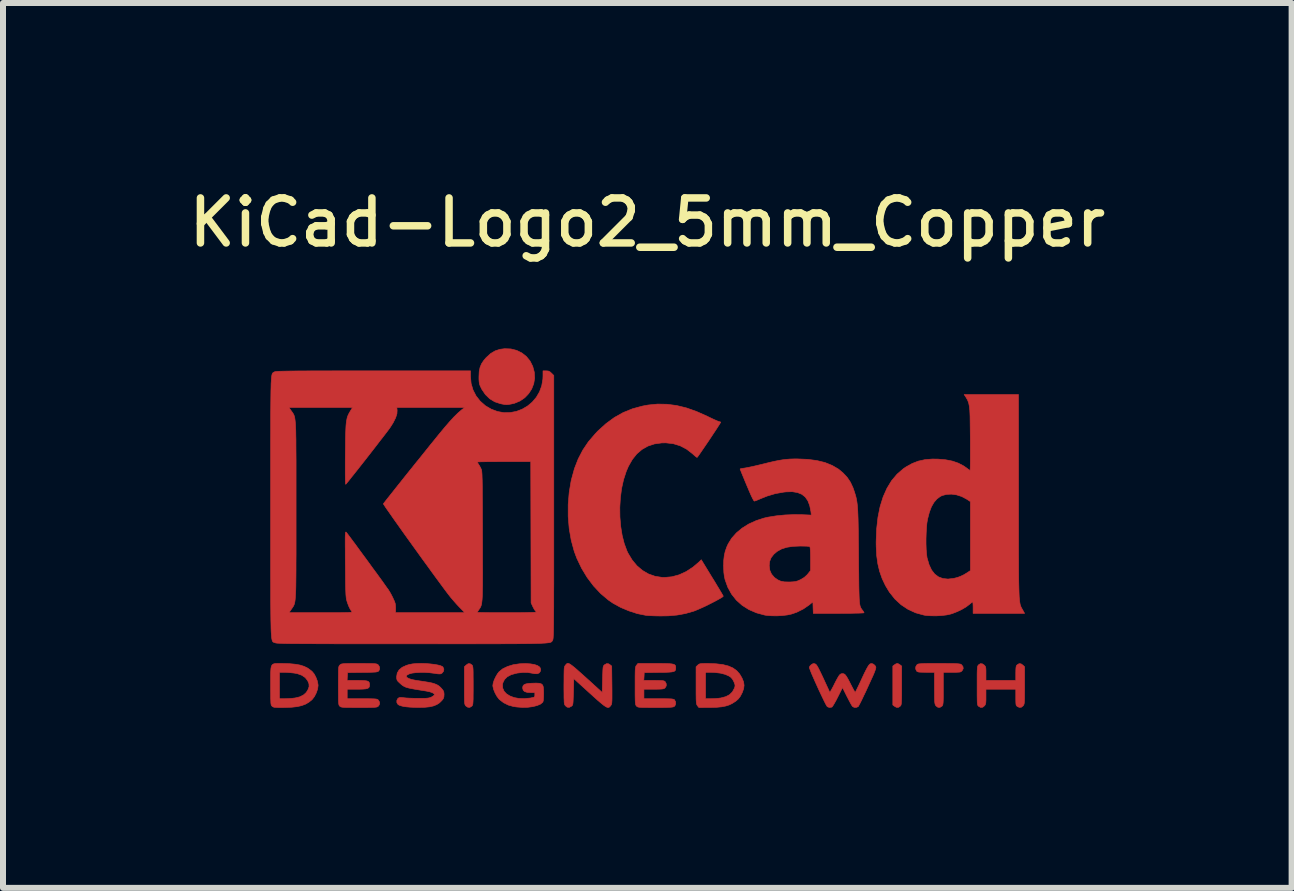
<source format=kicad_pcb>
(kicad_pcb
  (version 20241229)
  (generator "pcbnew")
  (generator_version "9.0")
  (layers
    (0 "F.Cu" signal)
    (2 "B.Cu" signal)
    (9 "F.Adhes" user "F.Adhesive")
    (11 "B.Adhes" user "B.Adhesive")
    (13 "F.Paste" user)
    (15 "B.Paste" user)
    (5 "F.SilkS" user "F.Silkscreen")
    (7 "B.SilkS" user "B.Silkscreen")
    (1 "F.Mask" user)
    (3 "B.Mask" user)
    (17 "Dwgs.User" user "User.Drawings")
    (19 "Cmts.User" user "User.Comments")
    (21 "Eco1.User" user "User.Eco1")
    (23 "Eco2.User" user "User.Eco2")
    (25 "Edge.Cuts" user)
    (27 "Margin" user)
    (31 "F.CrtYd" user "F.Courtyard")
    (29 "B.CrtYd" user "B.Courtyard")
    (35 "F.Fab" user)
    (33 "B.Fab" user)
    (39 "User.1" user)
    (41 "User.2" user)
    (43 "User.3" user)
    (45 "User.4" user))
  (footprint "KiCad-Logo2_5mm_Copper"
    (layer "F.Cu")
    (at 7.737 5.738)
    (property "Reference" "KiCad-Logo2_5mm_Copper" (at 0 -5.08 0) (layer "F.SilkS") (effects (font (size 0.75 0.75) (thickness 0.125))))
    (attr exclude_from_pos_files exclude_from_bom allow_missing_courtyard)
    (fp_poly (pts (xy 4.189 2.276) (xy 4.212 2.291) (xy 4.239 2.312) (xy 4.239 2.634) (xy 4.239 2.728) (xy 4.239 2.802) (xy 4.238 2.859) (xy 4.236 2.901) (xy 4.234 2.931) (xy 4.231 2.951) (xy 4.227 2.965) (xy 4.221 2.974) (xy 4.217 2.979) (xy 4.186 3) (xy 4.15 2.999) (xy 4.119 2.981) (xy 4.092 2.96) (xy 4.092 2.312) (xy 4.119 2.291) (xy 4.145 2.275) (xy 4.166 2.269) (xy 4.189 2.276)) (stroke (width 0.01) (type solid)) (fill yes) (layer "F.Cu"))
    (fp_poly (pts (xy -2.924 2.292) (xy -2.917 2.299) (xy -2.912 2.309) (xy -2.908 2.324) (xy -2.905 2.346) (xy -2.903 2.378) (xy -2.902 2.422) (xy -2.902 2.482) (xy -2.901 2.56) (xy -2.901 2.636) (xy -2.901 2.73) (xy -2.902 2.804) (xy -2.902 2.86) (xy -2.904 2.902) (xy -2.906 2.932) (xy -2.909 2.952) (xy -2.913 2.965) (xy -2.919 2.974) (xy -2.924 2.98) (xy -2.957 3) (xy -2.992 2.998) (xy -3.023 2.977) (xy -3.031 2.968) (xy -3.036 2.959) (xy -3.041 2.945) (xy -3.044 2.924) (xy -3.046 2.895) (xy -3.047 2.853) (xy -3.048 2.796) (xy -3.048 2.722) (xy -3.048 2.638) (xy -3.048 2.324) (xy -3.02 2.297) (xy -2.986 2.273) (xy -2.953 2.273) (xy -2.924 2.292)) (stroke (width 0.01) (type solid)) (fill yes) (layer "F.Cu"))
    (fp_poly (pts (xy -2.273 -2.973) (xy -2.177 -2.949) (xy -2.09 -2.906) (xy -2.015 -2.847) (xy -1.954 -2.772) (xy -1.909 -2.683) (xy -1.883 -2.586) (xy -1.877 -2.489) (xy -1.892 -2.395) (xy -1.926 -2.307) (xy -1.977 -2.228) (xy -2.042 -2.16) (xy -2.121 -2.106) (xy -2.212 -2.068) (xy -2.263 -2.056) (xy -2.308 -2.048) (xy -2.342 -2.045) (xy -2.375 -2.047) (xy -2.415 -2.054) (xy -2.449 -2.061) (xy -2.542 -2.092) (xy -2.626 -2.143) (xy -2.698 -2.213) (xy -2.756 -2.298) (xy -2.77 -2.326) (xy -2.787 -2.362) (xy -2.797 -2.392) (xy -2.802 -2.425) (xy -2.805 -2.466) (xy -2.805 -2.512) (xy -2.801 -2.596) (xy -2.787 -2.665) (xy -2.762 -2.726) (xy -2.723 -2.784) (xy -2.684 -2.829) (xy -2.612 -2.895) (xy -2.537 -2.94) (xy -2.455 -2.967) (xy -2.377 -2.977) (xy -2.273 -2.973)) (stroke (width 0.01) (type solid)) (fill yes) (layer "F.Cu"))
    (fp_poly (pts (xy 4.963 2.269) (xy 5.042 2.27) (xy 5.103 2.27) (xy 5.149 2.272) (xy 5.182 2.274) (xy 5.205 2.277) (xy 5.221 2.28) (xy 5.231 2.285) (xy 5.236 2.289) (xy 5.261 2.321) (xy 5.265 2.355) (xy 5.249 2.386) (xy 5.238 2.398) (xy 5.227 2.406) (xy 5.211 2.412) (xy 5.186 2.414) (xy 5.147 2.416) (xy 5.09 2.416) (xy 5.079 2.416) (xy 4.933 2.416) (xy 4.933 2.687) (xy 4.933 2.772) (xy 4.933 2.838) (xy 4.932 2.887) (xy 4.93 2.922) (xy 4.927 2.946) (xy 4.923 2.962) (xy 4.918 2.972) (xy 4.911 2.98) (xy 4.878 3) (xy 4.843 2.999) (xy 4.812 2.976) (xy 4.81 2.973) (xy 4.802 2.962) (xy 4.797 2.95) (xy 4.793 2.933) (xy 4.79 2.908) (xy 4.788 2.872) (xy 4.787 2.822) (xy 4.787 2.755) (xy 4.786 2.68) (xy 4.786 2.416) (xy 4.647 2.416) (xy 4.587 2.415) (xy 4.546 2.414) (xy 4.519 2.411) (xy 4.502 2.405) (xy 4.49 2.397) (xy 4.489 2.395) (xy 4.473 2.362) (xy 4.474 2.324) (xy 4.493 2.292) (xy 4.5 2.285) (xy 4.51 2.28) (xy 4.524 2.276) (xy 4.545 2.274) (xy 4.575 2.272) (xy 4.618 2.27) (xy 4.676 2.269) (xy 4.75 2.269) (xy 4.844 2.269) (xy 4.864 2.269) (xy 4.963 2.269)) (stroke (width 0.01) (type solid)) (fill yes) (layer "F.Cu"))
    (fp_poly (pts (xy 6.229 2.275) (xy 6.26 2.297) (xy 6.288 2.324) (xy 6.288 2.634) (xy 6.288 2.726) (xy 6.287 2.798) (xy 6.287 2.853) (xy 6.285 2.893) (xy 6.283 2.922) (xy 6.28 2.942) (xy 6.275 2.956) (xy 6.269 2.967) (xy 6.265 2.973) (xy 6.234 2.998) (xy 6.198 3) (xy 6.166 2.985) (xy 6.156 2.976) (xy 6.148 2.965) (xy 6.144 2.946) (xy 6.142 2.915) (xy 6.141 2.869) (xy 6.141 2.833) (xy 6.141 2.698) (xy 5.644 2.698) (xy 5.644 2.821) (xy 5.644 2.877) (xy 5.642 2.915) (xy 5.638 2.941) (xy 5.63 2.96) (xy 5.621 2.973) (xy 5.59 2.998) (xy 5.555 3.001) (xy 5.522 2.983) (xy 5.513 2.974) (xy 5.506 2.962) (xy 5.502 2.943) (xy 5.499 2.914) (xy 5.498 2.87) (xy 5.497 2.808) (xy 5.497 2.794) (xy 5.497 2.678) (xy 5.497 2.582) (xy 5.497 2.504) (xy 5.497 2.443) (xy 5.498 2.396) (xy 5.5 2.361) (xy 5.502 2.335) (xy 5.505 2.318) (xy 5.51 2.306) (xy 5.515 2.298) (xy 5.52 2.292) (xy 5.552 2.272) (xy 5.585 2.275) (xy 5.617 2.297) (xy 5.629 2.311) (xy 5.638 2.327) (xy 5.642 2.35) (xy 5.644 2.384) (xy 5.644 2.436) (xy 5.644 2.551) (xy 6.141 2.551) (xy 6.141 2.433) (xy 6.142 2.378) (xy 6.144 2.341) (xy 6.148 2.317) (xy 6.155 2.301) (xy 6.164 2.292) (xy 6.196 2.272) (xy 6.229 2.275)) (stroke (width 0.01) (type solid)) (fill yes) (layer "F.Cu"))
    (fp_poly (pts (xy 1.018 2.269) (xy 1.147 2.274) (xy 1.257 2.287) (xy 1.349 2.31) (xy 1.426 2.343) (xy 1.489 2.388) (xy 1.539 2.444) (xy 1.58 2.514) (xy 1.58 2.515) (xy 1.605 2.577) (xy 1.613 2.633) (xy 1.606 2.688) (xy 1.584 2.751) (xy 1.579 2.761) (xy 1.55 2.817) (xy 1.517 2.86) (xy 1.475 2.897) (xy 1.417 2.934) (xy 1.414 2.936) (xy 1.364 2.96) (xy 1.307 2.978) (xy 1.24 2.991) (xy 1.159 2.999) (xy 1.06 3.002) (xy 1.025 3.002) (xy 0.86 3.003) (xy 0.836 2.973) (xy 0.829 2.963) (xy 0.824 2.952) (xy 0.82 2.936) (xy 0.817 2.913) (xy 0.815 2.88) (xy 0.814 2.856) (xy 0.971 2.856) (xy 1.065 2.856) (xy 1.12 2.854) (xy 1.176 2.85) (xy 1.222 2.844) (xy 1.225 2.844) (xy 1.307 2.822) (xy 1.371 2.789) (xy 1.418 2.743) (xy 1.451 2.683) (xy 1.457 2.667) (xy 1.463 2.642) (xy 1.46 2.618) (xy 1.448 2.585) (xy 1.441 2.569) (xy 1.418 2.527) (xy 1.39 2.497) (xy 1.359 2.477) (xy 1.297 2.45) (xy 1.218 2.43) (xy 1.125 2.419) (xy 1.058 2.416) (xy 0.971 2.416) (xy 0.971 2.856) (xy 0.814 2.856) (xy 0.814 2.835) (xy 0.813 2.774) (xy 0.813 2.696) (xy 0.813 2.634) (xy 0.813 2.324) (xy 0.841 2.297) (xy 0.853 2.286) (xy 0.866 2.278) (xy 0.885 2.273) (xy 0.913 2.27) (xy 0.955 2.269) (xy 1.015 2.269) (xy 1.018 2.269)) (stroke (width 0.01) (type solid)) (fill yes) (layer "F.Cu"))
    (fp_poly (pts (xy -6.121 2.269) (xy -6.082 2.269) (xy -5.966 2.272) (xy -5.869 2.281) (xy -5.788 2.295) (xy -5.719 2.317) (xy -5.658 2.347) (xy -5.604 2.387) (xy -5.584 2.404) (xy -5.552 2.443) (xy -5.523 2.497) (xy -5.5 2.557) (xy -5.488 2.615) (xy -5.486 2.636) (xy -5.494 2.695) (xy -5.516 2.759) (xy -5.547 2.82) (xy -5.584 2.868) (xy -5.59 2.874) (xy -5.641 2.915) (xy -5.696 2.947) (xy -5.76 2.971) (xy -5.834 2.988) (xy -5.924 2.998) (xy -6.031 3.002) (xy -6.08 3.003) (xy -6.142 3.003) (xy -6.186 3.001) (xy -6.215 2.999) (xy -6.234 2.994) (xy -6.247 2.987) (xy -6.254 2.98) (xy -6.261 2.973) (xy -6.266 2.963) (xy -6.27 2.948) (xy -6.273 2.926) (xy -6.274 2.894) (xy -6.276 2.85) (xy -6.276 2.79) (xy -6.277 2.712) (xy -6.277 2.636) (xy -6.277 2.535) (xy -6.277 2.454) (xy -6.276 2.416) (xy -6.13 2.416) (xy -6.13 2.856) (xy -6.037 2.856) (xy -5.981 2.854) (xy -5.922 2.85) (xy -5.873 2.844) (xy -5.872 2.844) (xy -5.792 2.825) (xy -5.731 2.795) (xy -5.684 2.753) (xy -5.655 2.707) (xy -5.636 2.656) (xy -5.638 2.608) (xy -5.659 2.557) (xy -5.7 2.504) (xy -5.758 2.465) (xy -5.833 2.438) (xy -5.883 2.429) (xy -5.939 2.423) (xy -6 2.418) (xy -6.051 2.416) (xy -6.054 2.416) (xy -6.13 2.416) (xy -6.276 2.416) (xy -6.275 2.392) (xy -6.271 2.345) (xy -6.263 2.312) (xy -6.25 2.29) (xy -6.23 2.277) (xy -6.203 2.27) (xy -6.167 2.269) (xy -6.121 2.269)) (stroke (width 0.01) (type solid)) (fill yes) (layer "F.Cu"))
    (fp_poly (pts (xy -1.3 2.273) (xy -1.277 2.287) (xy -1.246 2.31) (xy -1.206 2.342) (xy -1.156 2.386) (xy -1.094 2.441) (xy -1.018 2.509) (xy -0.931 2.588) (xy -0.751 2.752) (xy -0.745 2.532) (xy -0.743 2.456) (xy -0.741 2.4) (xy -0.739 2.36) (xy -0.736 2.332) (xy -0.731 2.314) (xy -0.725 2.303) (xy -0.717 2.294) (xy -0.713 2.291) (xy -0.678 2.272) (xy -0.645 2.274) (xy -0.619 2.291) (xy -0.593 2.312) (xy -0.589 2.627) (xy -0.588 2.72) (xy -0.588 2.793) (xy -0.588 2.848) (xy -0.589 2.889) (xy -0.591 2.919) (xy -0.594 2.939) (xy -0.598 2.953) (xy -0.604 2.964) (xy -0.61 2.972) (xy -0.623 2.988) (xy -0.637 2.999) (xy -0.652 3.003) (xy -0.671 2.999) (xy -0.695 2.987) (xy -0.727 2.965) (xy -0.768 2.932) (xy -0.821 2.887) (xy -0.886 2.829) (xy -0.96 2.762) (xy -1.225 2.521) (xy -1.23 2.741) (xy -1.233 2.816) (xy -1.235 2.872) (xy -1.237 2.913) (xy -1.24 2.94) (xy -1.244 2.958) (xy -1.25 2.969) (xy -1.259 2.978) (xy -1.263 2.981) (xy -1.3 3) (xy -1.335 2.997) (xy -1.365 2.973) (xy -1.372 2.963) (xy -1.378 2.952) (xy -1.382 2.936) (xy -1.385 2.913) (xy -1.386 2.88) (xy -1.388 2.835) (xy -1.388 2.774) (xy -1.389 2.694) (xy -1.389 2.636) (xy -1.388 2.544) (xy -1.388 2.473) (xy -1.387 2.418) (xy -1.386 2.378) (xy -1.384 2.349) (xy -1.38 2.329) (xy -1.376 2.315) (xy -1.37 2.305) (xy -1.365 2.299) (xy -1.354 2.285) (xy -1.343 2.274) (xy -1.332 2.268) (xy -1.318 2.267) (xy -1.3 2.273)) (stroke (width 0.01) (type solid)) (fill yes) (layer "F.Cu"))
    (fp_poly (pts (xy -1.95 2.275) (xy -1.882 2.286) (xy -1.829 2.304) (xy -1.795 2.327) (xy -1.785 2.341) (xy -1.776 2.372) (xy -1.782 2.4) (xy -1.802 2.427) (xy -1.834 2.44) (xy -1.879 2.439) (xy -1.914 2.432) (xy -1.992 2.419) (xy -2.072 2.418) (xy -2.162 2.428) (xy -2.186 2.433) (xy -2.269 2.456) (xy -2.334 2.491) (xy -2.38 2.537) (xy -2.407 2.592) (xy -2.413 2.621) (xy -2.409 2.68) (xy -2.386 2.732) (xy -2.345 2.776) (xy -2.288 2.811) (xy -2.219 2.837) (xy -2.138 2.852) (xy -2.048 2.854) (xy -1.951 2.845) (xy -1.945 2.844) (xy -1.907 2.836) (xy -1.885 2.83) (xy -1.876 2.819) (xy -1.874 2.802) (xy -1.874 2.793) (xy -1.874 2.754) (xy -1.942 2.754) (xy -2.003 2.75) (xy -2.044 2.737) (xy -2.068 2.714) (xy -2.077 2.679) (xy -2.077 2.674) (xy -2.072 2.645) (xy -2.054 2.623) (xy -2.022 2.609) (xy -1.972 2.601) (xy -1.923 2.598) (xy -1.852 2.596) (xy -1.801 2.599) (xy -1.766 2.609) (xy -1.744 2.628) (xy -1.733 2.66) (xy -1.728 2.708) (xy -1.727 2.77) (xy -1.729 2.84) (xy -1.733 2.887) (xy -1.74 2.912) (xy -1.741 2.914) (xy -1.78 2.946) (xy -1.837 2.97) (xy -1.909 2.988) (xy -1.991 2.999) (xy -2.081 3.001) (xy -2.175 2.994) (xy -2.23 2.986) (xy -2.316 2.962) (xy -2.396 2.922) (xy -2.463 2.87) (xy -2.473 2.86) (xy -2.506 2.816) (xy -2.536 2.762) (xy -2.559 2.706) (xy -2.572 2.654) (xy -2.574 2.635) (xy -2.567 2.593) (xy -2.55 2.542) (xy -2.524 2.488) (xy -2.495 2.439) (xy -2.469 2.406) (xy -2.408 2.357) (xy -2.329 2.319) (xy -2.235 2.29) (xy -2.129 2.274) (xy -2.032 2.27) (xy -1.95 2.275)) (stroke (width 0.01) (type solid)) (fill yes) (layer "F.Cu"))
    (fp_poly (pts (xy 0.23 2.269) (xy 0.307 2.27) (xy 0.365 2.272) (xy 0.408 2.276) (xy 0.438 2.282) (xy 0.457 2.291) (xy 0.468 2.303) (xy 0.473 2.319) (xy 0.474 2.339) (xy 0.474 2.341) (xy 0.473 2.364) (xy 0.468 2.382) (xy 0.457 2.395) (xy 0.437 2.404) (xy 0.406 2.41) (xy 0.36 2.414) (xy 0.298 2.417) (xy 0.216 2.418) (xy 0.191 2.418) (xy -0.051 2.421) (xy -0.054 2.486) (xy -0.058 2.551) (xy 0.111 2.551) (xy 0.176 2.552) (xy 0.223 2.553) (xy 0.255 2.555) (xy 0.276 2.559) (xy 0.289 2.565) (xy 0.299 2.573) (xy 0.299 2.573) (xy 0.316 2.607) (xy 0.316 2.643) (xy 0.297 2.674) (xy 0.294 2.678) (xy 0.281 2.686) (xy 0.263 2.692) (xy 0.237 2.695) (xy 0.197 2.697) (xy 0.142 2.698) (xy 0.106 2.698) (xy -0.056 2.698) (xy -0.056 2.856) (xy 0.19 2.856) (xy 0.272 2.856) (xy 0.333 2.857) (xy 0.379 2.858) (xy 0.41 2.86) (xy 0.431 2.864) (xy 0.445 2.868) (xy 0.453 2.874) (xy 0.455 2.877) (xy 0.472 2.908) (xy 0.473 2.944) (xy 0.46 2.975) (xy 0.449 2.985) (xy 0.438 2.991) (xy 0.421 2.995) (xy 0.396 2.998) (xy 0.359 3) (xy 0.308 3.002) (xy 0.24 3.003) (xy 0.153 3.003) (xy 0.133 3.003) (xy 0.045 3.003) (xy -0.024 3.002) (xy -0.075 3.002) (xy -0.113 3) (xy -0.139 2.998) (xy -0.156 2.994) (xy -0.167 2.989) (xy -0.176 2.983) (xy -0.18 2.978) (xy -0.187 2.97) (xy -0.192 2.96) (xy -0.196 2.945) (xy -0.199 2.923) (xy -0.201 2.89) (xy -0.202 2.845) (xy -0.203 2.785) (xy -0.203 2.707) (xy -0.203 2.641) (xy -0.203 2.549) (xy -0.203 2.476) (xy -0.202 2.421) (xy -0.201 2.38) (xy -0.198 2.35) (xy -0.195 2.33) (xy -0.191 2.316) (xy -0.185 2.305) (xy -0.18 2.299) (xy -0.156 2.269) (xy 0.134 2.269) (xy 0.23 2.269)) (stroke (width 0.01) (type solid)) (fill yes) (layer "F.Cu"))
    (fp_poly (pts (xy -4.713 2.269) (xy -4.643 2.27) (xy -4.591 2.27) (xy -4.553 2.272) (xy -4.526 2.274) (xy -4.508 2.278) (xy -4.496 2.283) (xy -4.487 2.289) (xy -4.484 2.292) (xy -4.464 2.323) (xy -4.46 2.359) (xy -4.473 2.391) (xy -4.48 2.397) (xy -4.489 2.403) (xy -4.505 2.408) (xy -4.529 2.412) (xy -4.566 2.414) (xy -4.617 2.416) (xy -4.685 2.418) (xy -4.748 2.418) (xy -4.995 2.421) (xy -4.999 2.486) (xy -5.002 2.551) (xy -4.834 2.551) (xy -4.761 2.552) (xy -4.708 2.555) (xy -4.671 2.56) (xy -4.647 2.57) (xy -4.634 2.586) (xy -4.629 2.607) (xy -4.628 2.628) (xy -4.631 2.653) (xy -4.64 2.671) (xy -4.659 2.684) (xy -4.691 2.692) (xy -4.738 2.696) (xy -4.804 2.698) (xy -4.84 2.698) (xy -5.001 2.698) (xy -5.001 2.856) (xy -4.753 2.856) (xy -4.671 2.856) (xy -4.609 2.857) (xy -4.564 2.858) (xy -4.532 2.86) (xy -4.511 2.863) (xy -4.496 2.868) (xy -4.487 2.874) (xy -4.482 2.879) (xy -4.465 2.906) (xy -4.459 2.929) (xy -4.467 2.959) (xy -4.482 2.98) (xy -4.49 2.987) (xy -4.5 2.992) (xy -4.515 2.996) (xy -4.538 2.999) (xy -4.571 3.001) (xy -4.618 3.002) (xy -4.68 3.003) (xy -4.761 3.003) (xy -4.803 3.003) (xy -4.894 3.003) (xy -4.964 3.002) (xy -5.017 3.002) (xy -5.056 3) (xy -5.083 2.998) (xy -5.101 2.994) (xy -5.113 2.99) (xy -5.122 2.983) (xy -5.125 2.98) (xy -5.132 2.973) (xy -5.137 2.963) (xy -5.141 2.948) (xy -5.144 2.926) (xy -5.146 2.894) (xy -5.147 2.849) (xy -5.147 2.789) (xy -5.148 2.711) (xy -5.148 2.638) (xy -5.148 2.545) (xy -5.147 2.471) (xy -5.147 2.415) (xy -5.146 2.374) (xy -5.144 2.345) (xy -5.141 2.325) (xy -5.136 2.312) (xy -5.131 2.303) (xy -5.123 2.295) (xy -5.122 2.294) (xy -5.113 2.286) (xy -5.103 2.28) (xy -5.089 2.276) (xy -5.067 2.273) (xy -5.036 2.271) (xy -4.993 2.27) (xy -4.934 2.269) (xy -4.857 2.269) (xy -4.802 2.269) (xy -4.713 2.269)) (stroke (width 0.01) (type solid)) (fill yes) (layer "F.Cu"))
    (fp_poly (pts (xy 3.745 2.271) (xy 3.764 2.278) (xy 3.765 2.278) (xy 3.792 2.299) (xy 3.806 2.32) (xy 3.809 2.329) (xy 3.809 2.342) (xy 3.805 2.361) (xy 3.796 2.387) (xy 3.782 2.424) (xy 3.761 2.473) (xy 3.732 2.536) (xy 3.695 2.617) (xy 3.675 2.661) (xy 3.639 2.74) (xy 3.604 2.812) (xy 3.574 2.876) (xy 3.548 2.928) (xy 3.528 2.965) (xy 3.516 2.986) (xy 3.513 2.989) (xy 3.482 3.001) (xy 3.447 3) (xy 3.419 2.984) (xy 3.418 2.983) (xy 3.407 2.966) (xy 3.388 2.933) (xy 3.364 2.888) (xy 3.337 2.836) (xy 3.327 2.817) (xy 3.254 2.67) (xy 3.174 2.829) (xy 3.146 2.884) (xy 3.119 2.932) (xy 3.097 2.969) (xy 3.081 2.991) (xy 3.076 2.996) (xy 3.034 3.002) (xy 3 2.989) (xy 2.99 2.974) (xy 2.972 2.943) (xy 2.949 2.897) (xy 2.921 2.839) (xy 2.89 2.774) (xy 2.857 2.704) (xy 2.824 2.631) (xy 2.792 2.56) (xy 2.763 2.494) (xy 2.737 2.435) (xy 2.718 2.386) (xy 2.705 2.352) (xy 2.7 2.334) (xy 2.7 2.334) (xy 2.711 2.311) (xy 2.733 2.289) (xy 2.735 2.288) (xy 2.762 2.272) (xy 2.787 2.273) (xy 2.796 2.275) (xy 2.808 2.282) (xy 2.82 2.294) (xy 2.834 2.315) (xy 2.852 2.347) (xy 2.875 2.393) (xy 2.905 2.455) (xy 2.932 2.512) (xy 2.962 2.578) (xy 2.99 2.638) (xy 3.013 2.688) (xy 3.03 2.725) (xy 3.039 2.746) (xy 3.041 2.749) (xy 3.047 2.743) (xy 3.061 2.721) (xy 3.081 2.685) (xy 3.106 2.638) (xy 3.115 2.619) (xy 3.148 2.554) (xy 3.174 2.507) (xy 3.194 2.474) (xy 3.21 2.454) (xy 3.226 2.443) (xy 3.242 2.439) (xy 3.252 2.438) (xy 3.271 2.44) (xy 3.287 2.447) (xy 3.303 2.462) (xy 3.321 2.487) (xy 3.344 2.526) (xy 3.373 2.581) (xy 3.389 2.613) (xy 3.415 2.663) (xy 3.437 2.705) (xy 3.454 2.734) (xy 3.464 2.748) (xy 3.466 2.749) (xy 3.472 2.738) (xy 3.487 2.709) (xy 3.508 2.666) (xy 3.534 2.612) (xy 3.564 2.548) (xy 3.578 2.517) (xy 3.616 2.436) (xy 3.647 2.374) (xy 3.672 2.328) (xy 3.692 2.297) (xy 3.71 2.278) (xy 3.727 2.271) (xy 3.745 2.271)) (stroke (width 0.01) (type solid)) (fill yes) (layer "F.Cu"))
    (fp_poly (pts (xy -3.692 2.27) (xy -3.617 2.276) (xy -3.547 2.284) (xy -3.487 2.295) (xy -3.44 2.308) (xy -3.41 2.323) (xy -3.406 2.327) (xy -3.39 2.362) (xy -3.395 2.397) (xy -3.419 2.428) (xy -3.421 2.429) (xy -3.435 2.438) (xy -3.45 2.443) (xy -3.471 2.443) (xy -3.503 2.44) (xy -3.552 2.432) (xy -3.556 2.432) (xy -3.629 2.423) (xy -3.707 2.418) (xy -3.786 2.418) (xy -3.859 2.422) (xy -3.922 2.43) (xy -3.968 2.443) (xy -3.971 2.444) (xy -4.005 2.463) (xy -4.017 2.482) (xy -4.008 2.5) (xy -3.978 2.518) (xy -3.929 2.535) (xy -3.861 2.549) (xy -3.816 2.556) (xy -3.721 2.57) (xy -3.647 2.582) (xy -3.588 2.594) (xy -3.542 2.608) (xy -3.506 2.623) (xy -3.476 2.641) (xy -3.449 2.664) (xy -3.428 2.686) (xy -3.403 2.717) (xy -3.391 2.743) (xy -3.387 2.776) (xy -3.387 2.788) (xy -3.39 2.828) (xy -3.401 2.857) (xy -3.421 2.883) (xy -3.462 2.924) (xy -3.508 2.954) (xy -3.562 2.976) (xy -3.627 2.991) (xy -3.707 2.999) (xy -3.805 3.001) (xy -3.821 3.001) (xy -3.887 3) (xy -3.952 2.997) (xy -4.009 2.992) (xy -4.052 2.987) (xy -4.055 2.987) (xy -4.098 2.976) (xy -4.134 2.964) (xy -4.154 2.952) (xy -4.173 2.922) (xy -4.174 2.886) (xy -4.158 2.854) (xy -4.154 2.851) (xy -4.139 2.84) (xy -4.12 2.835) (xy -4.091 2.836) (xy -4.056 2.84) (xy -4.016 2.844) (xy -3.96 2.847) (xy -3.895 2.849) (xy -3.828 2.85) (xy -3.81 2.85) (xy -3.742 2.85) (xy -3.692 2.849) (xy -3.657 2.846) (xy -3.63 2.841) (xy -3.609 2.834) (xy -3.596 2.828) (xy -3.568 2.811) (xy -3.55 2.796) (xy -3.547 2.792) (xy -3.553 2.774) (xy -3.579 2.757) (xy -3.624 2.741) (xy -3.687 2.728) (xy -3.705 2.725) (xy -3.801 2.71) (xy -3.878 2.697) (xy -3.938 2.686) (xy -3.984 2.676) (xy -4.021 2.665) (xy -4.049 2.653) (xy -4.073 2.639) (xy -4.096 2.622) (xy -4.119 2.601) (xy -4.127 2.594) (xy -4.155 2.567) (xy -4.17 2.545) (xy -4.176 2.52) (xy -4.177 2.489) (xy -4.167 2.428) (xy -4.136 2.376) (xy -4.085 2.333) (xy -4.013 2.3) (xy -3.962 2.285) (xy -3.907 2.275) (xy -3.841 2.27) (xy -3.768 2.268) (xy -3.692 2.27)) (stroke (width 0.01) (type solid)) (fill yes) (layer "F.Cu"))
    (fp_poly (pts (xy 0.328 -2.051) (xy 0.489 -2.03) (xy 0.653 -1.99) (xy 0.822 -1.93) (xy 1 -1.851) (xy 1.011 -1.845) (xy 1.069 -1.817) (xy 1.121 -1.793) (xy 1.162 -1.775) (xy 1.19 -1.764) (xy 1.2 -1.761) (xy 1.219 -1.756) (xy 1.224 -1.752) (xy 1.218 -1.741) (xy 1.202 -1.715) (xy 1.177 -1.676) (xy 1.145 -1.626) (xy 1.107 -1.569) (xy 1.066 -1.507) (xy 1.023 -1.442) (xy 0.98 -1.379) (xy 0.939 -1.319) (xy 0.902 -1.265) (xy 0.871 -1.22) (xy 0.847 -1.186) (xy 0.832 -1.167) (xy 0.83 -1.165) (xy 0.82 -1.17) (xy 0.798 -1.187) (xy 0.767 -1.214) (xy 0.752 -1.228) (xy 0.655 -1.303) (xy 0.548 -1.359) (xy 0.433 -1.394) (xy 0.31 -1.408) (xy 0.241 -1.407) (xy 0.119 -1.39) (xy 0.01 -1.354) (xy -0.087 -1.299) (xy -0.174 -1.225) (xy -0.249 -1.131) (xy -0.314 -1.018) (xy -0.351 -0.931) (xy -0.395 -0.796) (xy -0.428 -0.648) (xy -0.448 -0.493) (xy -0.458 -0.333) (xy -0.456 -0.173) (xy -0.443 -0.016) (xy -0.419 0.133) (xy -0.384 0.271) (xy -0.338 0.395) (xy -0.322 0.429) (xy -0.253 0.543) (xy -0.173 0.64) (xy -0.081 0.718) (xy 0.02 0.777) (xy 0.13 0.816) (xy 0.247 0.834) (xy 0.289 0.835) (xy 0.41 0.824) (xy 0.531 0.791) (xy 0.649 0.737) (xy 0.762 0.663) (xy 0.854 0.585) (xy 0.9 0.54) (xy 1.081 0.837) (xy 1.127 0.911) (xy 1.168 0.98) (xy 1.204 1.039) (xy 1.233 1.088) (xy 1.254 1.124) (xy 1.265 1.144) (xy 1.266 1.147) (xy 1.258 1.157) (xy 1.233 1.174) (xy 1.193 1.197) (xy 1.142 1.225) (xy 1.084 1.255) (xy 1.021 1.287) (xy 0.958 1.318) (xy 0.896 1.346) (xy 0.839 1.371) (xy 0.791 1.391) (xy 0.768 1.399) (xy 0.634 1.437) (xy 0.496 1.462) (xy 0.349 1.475) (xy 0.222 1.477) (xy 0.154 1.476) (xy 0.088 1.474) (xy 0.031 1.471) (xy -0.013 1.468) (xy -0.027 1.466) (xy -0.166 1.438) (xy -0.307 1.392) (xy -0.445 1.334) (xy -0.572 1.264) (xy -0.649 1.211) (xy -0.777 1.103) (xy -0.895 0.977) (xy -1.002 0.835) (xy -1.095 0.681) (xy -1.173 0.518) (xy -1.217 0.401) (xy -1.267 0.217) (xy -1.301 0.023) (xy -1.318 -0.179) (xy -1.318 -0.382) (xy -1.301 -0.584) (xy -1.268 -0.781) (xy -1.217 -0.967) (xy -1.214 -0.978) (xy -1.151 -1.14) (xy -1.074 -1.288) (xy -0.981 -1.426) (xy -0.868 -1.558) (xy -0.825 -1.604) (xy -0.688 -1.728) (xy -0.549 -1.83) (xy -0.403 -1.912) (xy -0.249 -1.975) (xy -0.084 -2.02) (xy 0.011 -2.038) (xy 0.17 -2.054) (xy 0.328 -2.051)) (stroke (width 0.01) (type solid)) (fill yes) (layer "F.Cu"))
    (fp_poly (pts (xy 6.187 -0.528) (xy 6.187 -0.293) (xy 6.187 -0.08) (xy 6.187 0.112) (xy 6.187 0.285) (xy 6.187 0.441) (xy 6.188 0.579) (xy 6.188 0.701) (xy 6.189 0.808) (xy 6.19 0.901) (xy 6.192 0.982) (xy 6.194 1.051) (xy 6.196 1.11) (xy 6.198 1.159) (xy 6.202 1.2) (xy 6.205 1.234) (xy 6.21 1.262) (xy 6.214 1.285) (xy 6.22 1.304) (xy 6.226 1.321) (xy 6.233 1.335) (xy 6.24 1.349) (xy 6.249 1.364) (xy 6.254 1.373) (xy 6.288 1.434) (xy 5.43 1.434) (xy 5.43 1.338) (xy 5.429 1.294) (xy 5.427 1.261) (xy 5.424 1.243) (xy 5.423 1.242) (xy 5.412 1.249) (xy 5.389 1.267) (xy 5.366 1.286) (xy 5.312 1.327) (xy 5.242 1.368) (xy 5.165 1.405) (xy 5.088 1.435) (xy 5.057 1.445) (xy 4.989 1.46) (xy 4.906 1.47) (xy 4.816 1.475) (xy 4.728 1.474) (xy 4.649 1.469) (xy 4.612 1.463) (xy 4.473 1.425) (xy 4.346 1.367) (xy 4.23 1.29) (xy 4.127 1.195) (xy 4.036 1.081) (xy 3.969 0.97) (xy 3.914 0.854) (xy 3.872 0.734) (xy 3.842 0.608) (xy 3.823 0.472) (xy 3.815 0.32) (xy 3.814 0.243) (xy 3.816 0.186) (xy 4.645 0.186) (xy 4.645 0.279) (xy 4.648 0.367) (xy 4.654 0.444) (xy 4.662 0.505) (xy 4.665 0.517) (xy 4.697 0.625) (xy 4.738 0.712) (xy 4.79 0.779) (xy 4.853 0.826) (xy 4.926 0.853) (xy 5.011 0.862) (xy 5.107 0.851) (xy 5.17 0.835) (xy 5.219 0.817) (xy 5.274 0.791) (xy 5.314 0.767) (xy 5.385 0.721) (xy 5.385 -0.429) (xy 5.317 -0.473) (xy 5.239 -0.514) (xy 5.155 -0.541) (xy 5.07 -0.553) (xy 4.988 -0.549) (xy 4.915 -0.53) (xy 4.883 -0.515) (xy 4.826 -0.472) (xy 4.777 -0.415) (xy 4.735 -0.342) (xy 4.701 -0.252) (xy 4.672 -0.141) (xy 4.671 -0.135) (xy 4.66 -0.073) (xy 4.653 0.005) (xy 4.648 0.093) (xy 4.645 0.186) (xy 3.816 0.186) (xy 3.822 0.03) (xy 3.844 -0.166) (xy 3.88 -0.345) (xy 3.93 -0.506) (xy 3.994 -0.65) (xy 4.071 -0.777) (xy 4.163 -0.886) (xy 4.268 -0.977) (xy 4.314 -1.008) (xy 4.415 -1.064) (xy 4.518 -1.104) (xy 4.628 -1.128) (xy 4.749 -1.138) (xy 4.842 -1.137) (xy 4.971 -1.126) (xy 5.084 -1.104) (xy 5.183 -1.07) (xy 5.271 -1.024) (xy 5.32 -0.99) (xy 5.349 -0.968) (xy 5.371 -0.953) (xy 5.379 -0.948) (xy 5.381 -0.959) (xy 5.382 -0.99) (xy 5.383 -1.037) (xy 5.384 -1.1) (xy 5.384 -1.173) (xy 5.384 -1.256) (xy 5.384 -1.344) (xy 5.384 -1.436) (xy 5.383 -1.528) (xy 5.382 -1.618) (xy 5.381 -1.704) (xy 5.38 -1.781) (xy 5.379 -1.848) (xy 5.377 -1.902) (xy 5.375 -1.94) (xy 5.375 -1.947) (xy 5.367 -2.018) (xy 5.356 -2.073) (xy 5.338 -2.12) (xy 5.312 -2.166) (xy 5.305 -2.176) (xy 5.281 -2.213) (xy 6.186 -2.213) (xy 6.187 -0.528)) (stroke (width 0.01) (type solid)) (fill yes) (layer "F.Cu"))
    (fp_poly (pts (xy 2.674 -1.133) (xy 2.825 -1.113) (xy 2.961 -1.08) (xy 3.08 -1.032) (xy 3.185 -0.971) (xy 3.262 -0.907) (xy 3.331 -0.833) (xy 3.385 -0.753) (xy 3.428 -0.661) (xy 3.443 -0.618) (xy 3.456 -0.579) (xy 3.467 -0.543) (xy 3.477 -0.508) (xy 3.485 -0.472) (xy 3.492 -0.433) (xy 3.498 -0.39) (xy 3.503 -0.34) (xy 3.507 -0.283) (xy 3.51 -0.215) (xy 3.513 -0.136) (xy 3.515 -0.043) (xy 3.517 0.066) (xy 3.518 0.192) (xy 3.52 0.337) (xy 3.521 0.48) (xy 3.522 0.636) (xy 3.524 0.771) (xy 3.525 0.887) (xy 3.526 0.986) (xy 3.528 1.068) (xy 3.53 1.136) (xy 3.532 1.192) (xy 3.535 1.236) (xy 3.539 1.271) (xy 3.544 1.299) (xy 3.55 1.321) (xy 3.557 1.338) (xy 3.565 1.352) (xy 3.574 1.366) (xy 3.585 1.38) (xy 3.59 1.385) (xy 3.605 1.408) (xy 3.612 1.423) (xy 3.612 1.424) (xy 3.602 1.426) (xy 3.571 1.428) (xy 3.522 1.43) (xy 3.458 1.431) (xy 3.382 1.433) (xy 3.295 1.433) (xy 3.2 1.434) (xy 3.19 1.434) (xy 2.767 1.434) (xy 2.763 1.338) (xy 2.76 1.242) (xy 2.698 1.293) (xy 2.601 1.36) (xy 2.491 1.415) (xy 2.404 1.445) (xy 2.335 1.46) (xy 2.252 1.47) (xy 2.162 1.475) (xy 2.074 1.474) (xy 1.995 1.468) (xy 1.959 1.463) (xy 1.819 1.425) (xy 1.692 1.37) (xy 1.58 1.299) (xy 1.484 1.213) (xy 1.404 1.112) (xy 1.341 0.997) (xy 1.296 0.871) (xy 1.284 0.814) (xy 1.276 0.752) (xy 1.273 0.677) (xy 1.272 0.643) (xy 1.272 0.64) (xy 2.032 0.64) (xy 2.042 0.715) (xy 2.07 0.779) (xy 2.118 0.835) (xy 2.123 0.839) (xy 2.172 0.874) (xy 2.223 0.897) (xy 2.284 0.909) (xy 2.359 0.911) (xy 2.377 0.911) (xy 2.431 0.908) (xy 2.471 0.903) (xy 2.506 0.893) (xy 2.545 0.876) (xy 2.556 0.871) (xy 2.616 0.835) (xy 2.663 0.792) (xy 2.676 0.777) (xy 2.721 0.72) (xy 2.721 0.525) (xy 2.72 0.446) (xy 2.718 0.388) (xy 2.715 0.349) (xy 2.711 0.327) (xy 2.707 0.32) (xy 2.691 0.317) (xy 2.657 0.314) (xy 2.61 0.313) (xy 2.555 0.312) (xy 2.546 0.312) (xy 2.425 0.317) (xy 2.323 0.333) (xy 2.236 0.361) (xy 2.164 0.401) (xy 2.109 0.448) (xy 2.064 0.506) (xy 2.039 0.569) (xy 2.032 0.64) (xy 1.272 0.64) (xy 1.274 0.55) (xy 1.283 0.471) (xy 1.299 0.4) (xy 1.324 0.329) (xy 1.348 0.276) (xy 1.407 0.181) (xy 1.485 0.093) (xy 1.58 0.014) (xy 1.69 -0.055) (xy 1.813 -0.111) (xy 1.945 -0.154) (xy 2.009 -0.169) (xy 2.146 -0.191) (xy 2.294 -0.206) (xy 2.446 -0.212) (xy 2.572 -0.211) (xy 2.734 -0.204) (xy 2.727 -0.263) (xy 2.707 -0.362) (xy 2.676 -0.443) (xy 2.632 -0.506) (xy 2.575 -0.551) (xy 2.503 -0.58) (xy 2.416 -0.594) (xy 2.313 -0.591) (xy 2.275 -0.587) (xy 2.134 -0.562) (xy 1.997 -0.521) (xy 1.902 -0.483) (xy 1.857 -0.464) (xy 1.819 -0.448) (xy 1.792 -0.439) (xy 1.785 -0.437) (xy 1.775 -0.446) (xy 1.758 -0.475) (xy 1.734 -0.524) (xy 1.703 -0.594) (xy 1.665 -0.684) (xy 1.658 -0.7) (xy 1.628 -0.772) (xy 1.601 -0.838) (xy 1.578 -0.893) (xy 1.561 -0.936) (xy 1.55 -0.963) (xy 1.547 -0.972) (xy 1.557 -0.977) (xy 1.583 -0.982) (xy 1.611 -0.986) (xy 1.642 -0.991) (xy 1.689 -1) (xy 1.751 -1.013) (xy 1.821 -1.029) (xy 1.896 -1.047) (xy 1.925 -1.054) (xy 2.03 -1.08) (xy 2.117 -1.1) (xy 2.192 -1.115) (xy 2.258 -1.126) (xy 2.319 -1.133) (xy 2.381 -1.138) (xy 2.446 -1.14) (xy 2.504 -1.14) (xy 2.674 -1.133)) (stroke (width 0.01) (type solid)) (fill yes) (layer "F.Cu"))
    (fp_poly (pts (xy -2.946 -2.511) (xy -2.936 -2.397) (xy -2.904 -2.289) (xy -2.853 -2.19) (xy -2.784 -2.102) (xy -2.699 -2.027) (xy -2.602 -1.97) (xy -2.496 -1.93) (xy -2.389 -1.911) (xy -2.283 -1.913) (xy -2.181 -1.932) (xy -2.085 -1.969) (xy -1.996 -2.021) (xy -1.917 -2.087) (xy -1.849 -2.167) (xy -1.796 -2.258) (xy -1.759 -2.359) (xy -1.74 -2.47) (xy -1.738 -2.52) (xy -1.738 -2.608) (xy -1.687 -2.608) (xy -1.65 -2.605) (xy -1.623 -2.593) (xy -1.596 -2.569) (xy -1.558 -2.531) (xy -1.558 -0.339) (xy -1.558 -0.077) (xy -1.558 0.163) (xy -1.558 0.383) (xy -1.558 0.583) (xy -1.558 0.764) (xy -1.558 0.928) (xy -1.559 1.074) (xy -1.559 1.205) (xy -1.559 1.32) (xy -1.56 1.421) (xy -1.561 1.509) (xy -1.561 1.585) (xy -1.562 1.65) (xy -1.563 1.704) (xy -1.564 1.749) (xy -1.565 1.786) (xy -1.567 1.815) (xy -1.568 1.837) (xy -1.57 1.854) (xy -1.572 1.866) (xy -1.574 1.874) (xy -1.576 1.88) (xy -1.577 1.882) (xy -1.581 1.889) (xy -1.585 1.895) (xy -1.589 1.901) (xy -1.594 1.906) (xy -1.601 1.911) (xy -1.611 1.916) (xy -1.625 1.92) (xy -1.645 1.923) (xy -1.669 1.926) (xy -1.701 1.929) (xy -1.741 1.931) (xy -1.789 1.934) (xy -1.846 1.935) (xy -1.914 1.937) (xy -1.994 1.938) (xy -2.085 1.939) (xy -2.19 1.94) (xy -2.309 1.94) (xy -2.443 1.941) (xy -2.593 1.941) (xy -2.76 1.941) (xy -2.945 1.942) (xy -3.149 1.942) (xy -3.372 1.942) (xy -3.616 1.941) (xy -3.881 1.941) (xy -3.92 1.941) (xy -4.187 1.941) (xy -4.432 1.941) (xy -4.657 1.941) (xy -4.861 1.941) (xy -5.047 1.941) (xy -5.215 1.941) (xy -5.366 1.94) (xy -5.501 1.94) (xy -5.62 1.939) (xy -5.725 1.939) (xy -5.817 1.938) (xy -5.896 1.938) (xy -5.964 1.937) (xy -6.021 1.936) (xy -6.069 1.935) (xy -6.107 1.933) (xy -6.138 1.932) (xy -6.162 1.931) (xy -6.18 1.929) (xy -6.192 1.927) (xy -6.201 1.925) (xy -6.205 1.923) (xy -6.214 1.92) (xy -6.221 1.917) (xy -6.229 1.915) (xy -6.235 1.911) (xy -6.241 1.906) (xy -6.246 1.897) (xy -6.251 1.885) (xy -6.255 1.869) (xy -6.259 1.846) (xy -6.262 1.818) (xy -6.265 1.781) (xy -6.268 1.737) (xy -6.27 1.683) (xy -6.271 1.618) (xy -6.273 1.543) (xy -6.274 1.455) (xy -6.275 1.354) (xy -6.276 1.239) (xy -6.276 1.11) (xy -6.276 0.964) (xy -6.277 0.802) (xy -6.277 0.621) (xy -6.277 0.422) (xy -6.277 0.204) (xy -6.277 -0.035) (xy -6.277 -0.296) (xy -6.277 -0.338) (xy -6.277 -0.601) (xy -6.277 -0.842) (xy -6.277 -1.063) (xy -6.277 -1.264) (xy -6.277 -1.446) (xy -6.276 -1.61) (xy -6.276 -1.757) (xy -6.276 -1.888) (xy -6.275 -1.998) (xy -5.972 -1.998) (xy -5.932 -1.94) (xy -5.921 -1.925) (xy -5.911 -1.911) (xy -5.902 -1.897) (xy -5.894 -1.883) (xy -5.887 -1.868) (xy -5.881 -1.849) (xy -5.875 -1.826) (xy -5.871 -1.798) (xy -5.867 -1.764) (xy -5.863 -1.722) (xy -5.861 -1.67) (xy -5.858 -1.609) (xy -5.857 -1.537) (xy -5.855 -1.452) (xy -5.855 -1.354) (xy -5.854 -1.24) (xy -5.853 -1.111) (xy -5.853 -0.965) (xy -5.853 -0.8) (xy -5.853 -0.616) (xy -5.853 -0.41) (xy -5.853 -0.288) (xy -5.853 -0.071) (xy -5.853 0.125) (xy -5.853 0.3) (xy -5.853 0.456) (xy -5.854 0.595) (xy -5.854 0.717) (xy -5.855 0.823) (xy -5.856 0.915) (xy -5.857 0.994) (xy -5.859 1.062) (xy -5.862 1.118) (xy -5.865 1.165) (xy -5.868 1.204) (xy -5.872 1.235) (xy -5.877 1.261) (xy -5.883 1.282) (xy -5.89 1.299) (xy -5.897 1.314) (xy -5.906 1.327) (xy -5.915 1.341) (xy -5.925 1.356) (xy -5.932 1.365) (xy -5.97 1.422) (xy -5.439 1.422) (xy -5.315 1.422) (xy -5.213 1.422) (xy -5.129 1.422) (xy -5.063 1.421) (xy -5.012 1.42) (xy -4.974 1.419) (xy -4.948 1.417) (xy -4.932 1.415) (xy -4.923 1.412) (xy -4.921 1.408) (xy -4.923 1.404) (xy -4.925 1.403) (xy -4.95 1.366) (xy -4.976 1.313) (xy -4.999 1.251) (xy -5.007 1.224) (xy -5.012 1.206) (xy -5.016 1.185) (xy -5.019 1.159) (xy -5.022 1.126) (xy -5.024 1.083) (xy -5.026 1.028) (xy -5.028 0.96) (xy -5.029 0.877) (xy -5.03 0.775) (xy -5.031 0.654) (xy -5.032 0.61) (xy -5.033 0.484) (xy -5.033 0.38) (xy -5.034 0.295) (xy -5.034 0.227) (xy -5.034 0.174) (xy -5.033 0.135) (xy -5.031 0.107) (xy -5.029 0.09) (xy -5.027 0.081) (xy -5.023 0.078) (xy -5.019 0.08) (xy -5.015 0.085) (xy -5.004 0.098) (xy -4.982 0.127) (xy -4.95 0.17) (xy -4.909 0.225) (xy -4.861 0.289) (xy -4.808 0.362) (xy -4.751 0.44) (xy -4.691 0.521) (xy -4.631 0.603) (xy -4.572 0.685) (xy -4.514 0.763) (xy -4.461 0.836) (xy -4.413 0.902) (xy -4.373 0.959) (xy -4.341 1.004) (xy -4.318 1.035) (xy -4.314 1.041) (xy -4.291 1.078) (xy -4.264 1.126) (xy -4.239 1.176) (xy -4.236 1.183) (xy -4.214 1.231) (xy -4.201 1.268) (xy -4.196 1.304) (xy -4.194 1.346) (xy -4.195 1.422) (xy -3.041 1.422) (xy -3.132 1.329) (xy -3.179 1.279) (xy -3.229 1.222) (xy -3.275 1.168) (xy -3.295 1.143) (xy -3.326 1.103) (xy -3.366 1.05) (xy -3.414 0.985) (xy -3.47 0.909) (xy -3.532 0.825) (xy -3.599 0.733) (xy -3.669 0.636) (xy -3.743 0.535) (xy -3.817 0.432) (xy -3.892 0.328) (xy -3.966 0.225) (xy -4.038 0.125) (xy -4.106 0.029) (xy -4.17 -0.061) (xy -4.229 -0.144) (xy -4.28 -0.218) (xy -4.324 -0.28) (xy -4.359 -0.33) (xy -4.383 -0.367) (xy -4.396 -0.387) (xy -4.398 -0.391) (xy -4.39 -0.403) (xy -4.369 -0.43) (xy -4.337 -0.471) (xy -4.294 -0.525) (xy -4.243 -0.589) (xy -4.185 -0.663) (xy -4.12 -0.744) (xy -4.051 -0.831) (xy -3.979 -0.921) (xy -3.904 -1.014) (xy -3.845 -1.088) (xy -2.834 -1.088) (xy -2.828 -1.075) (xy -2.813 -1.053) (xy -2.812 -1.052) (xy -2.793 -1.021) (xy -2.774 -0.985) (xy -2.77 -0.976) (xy -2.766 -0.968) (xy -2.763 -0.958) (xy -2.76 -0.945) (xy -2.758 -0.927) (xy -2.756 -0.904) (xy -2.754 -0.873) (xy -2.753 -0.833) (xy -2.751 -0.784) (xy -2.75 -0.723) (xy -2.749 -0.649) (xy -2.749 -0.561) (xy -2.748 -0.457) (xy -2.747 -0.337) (xy -2.747 -0.198) (xy -2.746 -0.039) (xy -2.746 0.14) (xy -2.745 0.325) (xy -2.745 0.489) (xy -2.745 0.633) (xy -2.744 0.759) (xy -2.745 0.868) (xy -2.745 0.961) (xy -2.747 1.04) (xy -2.748 1.106) (xy -2.75 1.161) (xy -2.753 1.206) (xy -2.757 1.242) (xy -2.761 1.271) (xy -2.766 1.295) (xy -2.772 1.313) (xy -2.779 1.329) (xy -2.787 1.344) (xy -2.797 1.358) (xy -2.805 1.37) (xy -2.822 1.396) (xy -2.832 1.414) (xy -2.834 1.417) (xy -2.823 1.418) (xy -2.791 1.419) (xy -2.742 1.42) (xy -2.677 1.421) (xy -2.599 1.422) (xy -2.51 1.422) (xy -2.411 1.422) (xy -2.342 1.422) (xy -2.237 1.422) (xy -2.141 1.422) (xy -2.054 1.421) (xy -1.98 1.419) (xy -1.921 1.418) (xy -1.879 1.416) (xy -1.855 1.414) (xy -1.851 1.412) (xy -1.859 1.398) (xy -1.867 1.39) (xy -1.88 1.372) (xy -1.897 1.342) (xy -1.909 1.318) (xy -1.936 1.259) (xy -1.939 0.082) (xy -1.942 -1.095) (xy -2.388 -1.095) (xy -2.486 -1.095) (xy -2.576 -1.094) (xy -2.657 -1.094) (xy -2.725 -1.093) (xy -2.779 -1.092) (xy -2.815 -1.09) (xy -2.833 -1.089) (xy -2.834 -1.088) (xy -3.845 -1.088) (xy -3.829 -1.107) (xy -3.755 -1.199) (xy -3.683 -1.289) (xy -3.615 -1.374) (xy -3.551 -1.452) (xy -3.494 -1.523) (xy -3.444 -1.584) (xy -3.403 -1.633) (xy -3.386 -1.654) (xy -3.3 -1.754) (xy -3.223 -1.838) (xy -3.154 -1.906) (xy -3.091 -1.96) (xy -3.082 -1.967) (xy -3.042 -1.998) (xy -4.174 -1.998) (xy -4.169 -1.95) (xy -4.172 -1.893) (xy -4.194 -1.825) (xy -4.234 -1.745) (xy -4.279 -1.673) (xy -4.295 -1.65) (xy -4.323 -1.612) (xy -4.361 -1.562) (xy -4.408 -1.501) (xy -4.462 -1.432) (xy -4.52 -1.356) (xy -4.582 -1.276) (xy -4.646 -1.194) (xy -4.71 -1.112) (xy -4.773 -1.032) (xy -4.832 -0.957) (xy -4.887 -0.888) (xy -4.935 -0.828) (xy -4.974 -0.778) (xy -5.004 -0.742) (xy -5.022 -0.72) (xy -5.025 -0.717) (xy -5.028 -0.725) (xy -5.03 -0.755) (xy -5.032 -0.807) (xy -5.033 -0.881) (xy -5.033 -0.977) (xy -5.033 -1.094) (xy -5.032 -1.214) (xy -5.03 -1.346) (xy -5.029 -1.457) (xy -5.027 -1.551) (xy -5.024 -1.629) (xy -5.021 -1.692) (xy -5.016 -1.745) (xy -5.009 -1.788) (xy -5.002 -1.823) (xy -4.992 -1.854) (xy -4.98 -1.882) (xy -4.965 -1.91) (xy -4.95 -1.935) (xy -4.912 -1.998) (xy -5.972 -1.998) (xy -6.275 -1.998) (xy -6.275 -2.004) (xy -6.274 -2.106) (xy -6.273 -2.195) (xy -6.272 -2.272) (xy -6.27 -2.337) (xy -6.269 -2.393) (xy -6.266 -2.438) (xy -6.264 -2.475) (xy -6.261 -2.505) (xy -6.258 -2.528) (xy -6.254 -2.546) (xy -6.25 -2.559) (xy -6.245 -2.568) (xy -6.24 -2.574) (xy -6.234 -2.579) (xy -6.228 -2.582) (xy -6.222 -2.586) (xy -6.216 -2.589) (xy -6.21 -2.592) (xy -6.202 -2.594) (xy -6.19 -2.596) (xy -6.173 -2.598) (xy -6.149 -2.6) (xy -6.118 -2.601) (xy -6.079 -2.602) (xy -6.03 -2.603) (xy -5.971 -2.604) (xy -5.899 -2.605) (xy -5.815 -2.606) (xy -5.718 -2.606) (xy -5.605 -2.607) (xy -5.476 -2.607) (xy -5.33 -2.607) (xy -5.166 -2.608) (xy -4.982 -2.608) (xy -4.778 -2.608) (xy -4.567 -2.608) (xy -2.946 -2.608) (xy -2.946 -2.511)) (stroke (width 0.01) (type solid)) (fill yes) (layer "F.Cu")))
  (gr_rect
    (start -3 -3)
    (end 18.475 11.746)
    (stroke (width 0.1) (type default))
    (fill no)
    (layer "Edge.Cuts")))
</source>
